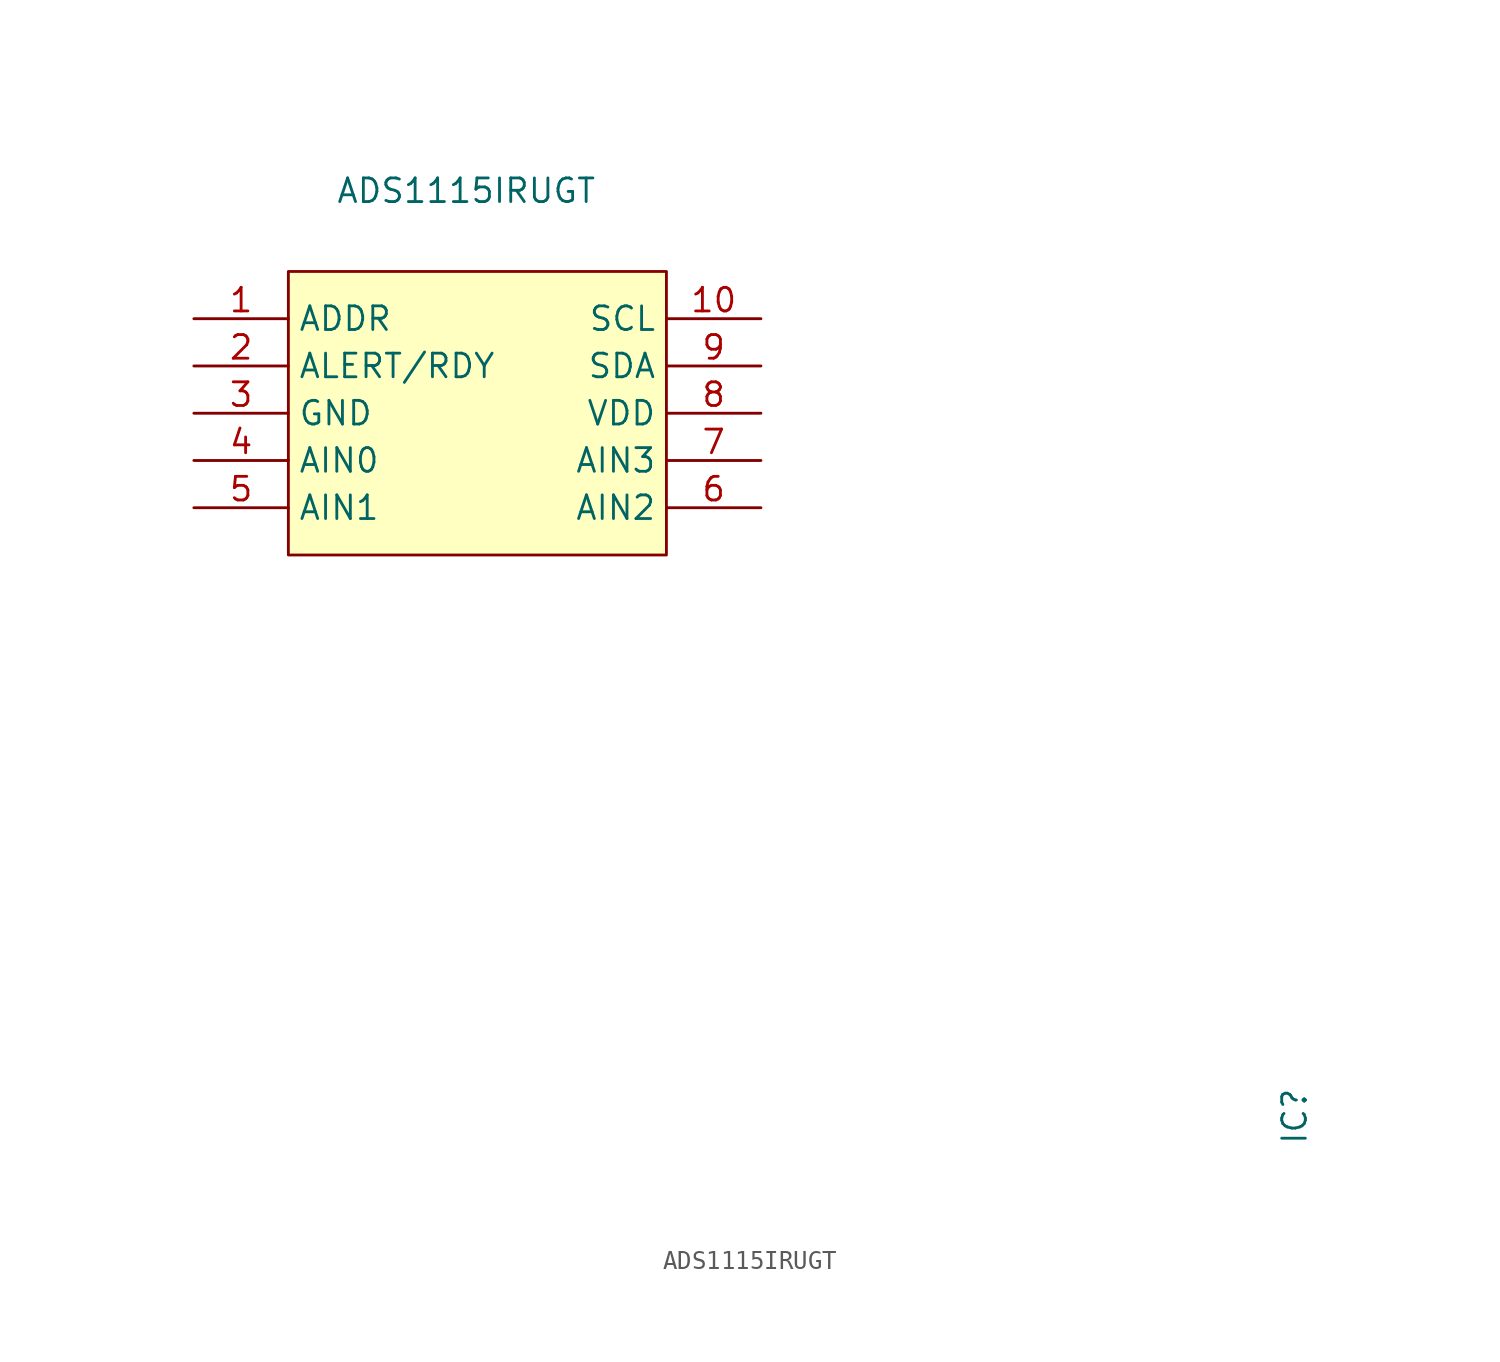
<source format=kicad_sym>
(kicad_symbol_lib
  (version 20220914)
  (generator kicad_symbol_editor)
  (symbol "ADS1115IRUGT"
    (property "Reference" "IC"
      (at 40.64 -39.37 90)
      (effects (font (size 1.27 1.27)) (justify left top)))
    (property "Value" "ADS1115IRUGT"
      (at -10.16 12.7 0)
      (effects (font (size 1.27 1.27)) (justify left top)))
    (symbol "ADS1115IRUGT_1_1"
      (rectangle (start -12.7 7.62) (end 7.62 -7.62) (stroke (width 0) (type default)) (fill (type background)))
      (pin passive line (at -17.78 5.08 0) (length 5.08) (name "ADDR" (effects (font (size 1.27 1.27)))) (number "1" (effects (font (size 1.27 1.27)))))
      (pin passive line (at 12.7 5.08 180) (length 5.08) (name "SCL" (effects (font (size 1.27 1.27)))) (number "10" (effects (font (size 1.27 1.27)))))
      (pin passive line (at -17.78 2.54 0) (length 5.08) (name "ALERT/RDY" (effects (font (size 1.27 1.27)))) (number "2" (effects (font (size 1.27 1.27)))))
      (pin power_in line (at -17.78 0 0) (length 5.08) (name "GND" (effects (font (size 1.27 1.27)))) (number "3" (effects (font (size 1.27 1.27)))))
      (pin input line (at -17.78 -2.54 0) (length 5.08) (name "AIN0" (effects (font (size 1.27 1.27)))) (number "4" (effects (font (size 1.27 1.27)))))
      (pin input line (at -17.78 -5.08 0) (length 5.08) (name "AIN1" (effects (font (size 1.27 1.27)))) (number "5" (effects (font (size 1.27 1.27)))))
      (pin input line (at 12.7 -5.08 180) (length 5.08) (name "AIN2" (effects (font (size 1.27 1.27)))) (number "6" (effects (font (size 1.27 1.27)))))
      (pin input line (at 12.7 -2.54 180) (length 5.08) (name "AIN3" (effects (font (size 1.27 1.27)))) (number "7" (effects (font (size 1.27 1.27)))))
      (pin power_in line (at 12.7 0 180) (length 5.08) (name "VDD" (effects (font (size 1.27 1.27)))) (number "8" (effects (font (size 1.27 1.27)))))
      (pin passive line (at 12.7 2.54 180) (length 5.08) (name "SDA" (effects (font (size 1.27 1.27)))) (number "9" (effects (font (size 1.27 1.27))))))))
</source>
